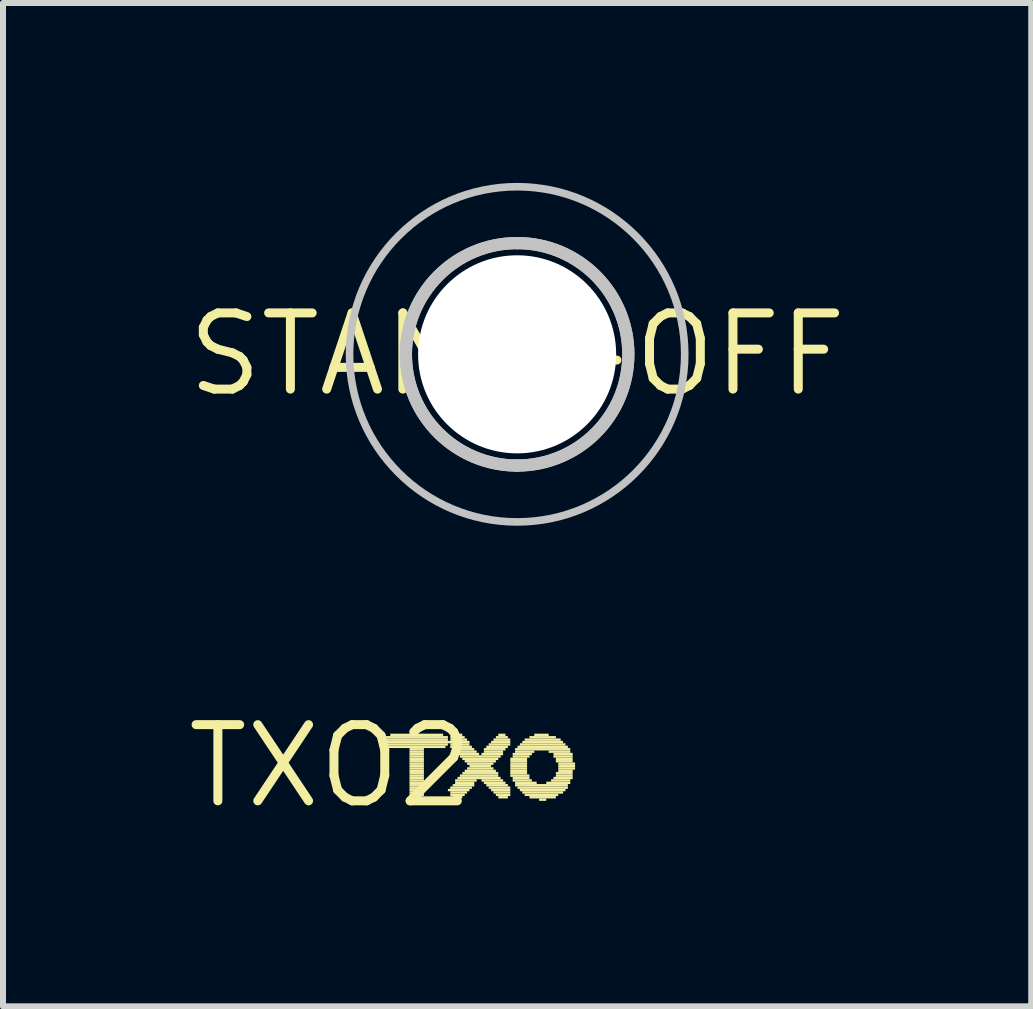
<source format=kicad_pcb>
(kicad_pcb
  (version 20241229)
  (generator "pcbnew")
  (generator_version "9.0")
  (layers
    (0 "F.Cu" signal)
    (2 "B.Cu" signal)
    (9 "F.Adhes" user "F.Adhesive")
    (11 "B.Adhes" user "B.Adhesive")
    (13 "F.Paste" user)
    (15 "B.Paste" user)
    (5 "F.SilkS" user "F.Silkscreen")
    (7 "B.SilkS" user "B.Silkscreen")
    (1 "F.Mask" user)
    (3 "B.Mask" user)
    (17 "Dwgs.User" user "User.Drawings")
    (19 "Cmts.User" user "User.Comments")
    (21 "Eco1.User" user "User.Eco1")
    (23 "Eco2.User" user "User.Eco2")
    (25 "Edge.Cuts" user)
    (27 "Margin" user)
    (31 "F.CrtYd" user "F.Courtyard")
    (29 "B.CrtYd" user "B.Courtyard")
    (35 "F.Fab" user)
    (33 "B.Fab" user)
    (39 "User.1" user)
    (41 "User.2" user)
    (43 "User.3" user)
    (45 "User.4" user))
  (footprint "TXO2"
    (layer "F.Cu")
    (at 2.457 9.721)
    (property "Reference" "TXO2" (at 0 0 0) (layer "F.SilkS") (effects (font (size 1.27 1.27) (thickness 0.15))))
    (attr through_hole)
    (fp_poly (pts (xy 0.92 -0.46) (xy 1.96 -0.46) (xy 1.96 -0.5) (xy 0.92 -0.5)) (stroke (width 0) (type solid)) (fill yes) (layer "F.SilkS"))
    (fp_poly (pts (xy 0.92 -0.42) (xy 1.96 -0.42) (xy 1.96 -0.46) (xy 0.92 -0.46)) (stroke (width 0) (type solid)) (fill yes) (layer "F.SilkS"))
    (fp_poly (pts (xy 0.92 -0.38) (xy 2.32 -0.38) (xy 2.32 -0.42) (xy 0.92 -0.42)) (stroke (width 0) (type solid)) (fill yes) (layer "F.SilkS"))
    (fp_poly (pts (xy 0.92 -0.34) (xy 1.96 -0.34) (xy 1.96 -0.38) (xy 0.92 -0.38)) (stroke (width 0) (type solid)) (fill yes) (layer "F.SilkS"))
    (fp_poly (pts (xy 0.96 -0.3) (xy 1.92 -0.3) (xy 1.92 -0.34) (xy 0.96 -0.34)) (stroke (width 0) (type solid)) (fill yes) (layer "F.SilkS"))
    (fp_poly (pts (xy 1 -0.5) (xy 1.88 -0.5) (xy 1.88 -0.54) (xy 1 -0.54)) (stroke (width 0) (type solid)) (fill yes) (layer "F.SilkS"))
    (fp_poly (pts (xy 1.32 -0.26) (xy 1.56 -0.26) (xy 1.56 -0.3) (xy 1.32 -0.3)) (stroke (width 0) (type solid)) (fill yes) (layer "F.SilkS"))
    (fp_poly (pts (xy 1.32 -0.22) (xy 1.56 -0.22) (xy 1.56 -0.26) (xy 1.32 -0.26)) (stroke (width 0) (type solid)) (fill yes) (layer "F.SilkS"))
    (fp_poly (pts (xy 1.32 -0.18) (xy 1.56 -0.18) (xy 1.56 -0.22) (xy 1.32 -0.22)) (stroke (width 0) (type solid)) (fill yes) (layer "F.SilkS"))
    (fp_poly (pts (xy 1.32 -0.14) (xy 1.56 -0.14) (xy 1.56 -0.18) (xy 1.32 -0.18)) (stroke (width 0) (type solid)) (fill yes) (layer "F.SilkS"))
    (fp_poly (pts (xy 1.32 -0.1) (xy 1.56 -0.1) (xy 1.56 -0.14) (xy 1.32 -0.14)) (stroke (width 0) (type solid)) (fill yes) (layer "F.SilkS"))
    (fp_poly (pts (xy 1.32 -0.06) (xy 1.56 -0.06) (xy 1.56 -0.1) (xy 1.32 -0.1)) (stroke (width 0) (type solid)) (fill yes) (layer "F.SilkS"))
    (fp_poly (pts (xy 1.32 -0.02) (xy 1.56 -0.02) (xy 1.56 -0.06) (xy 1.32 -0.06)) (stroke (width 0) (type solid)) (fill yes) (layer "F.SilkS"))
    (fp_poly (pts (xy 1.32 0.02) (xy 1.56 0.02) (xy 1.56 -0.02) (xy 1.32 -0.02)) (stroke (width 0) (type solid)) (fill yes) (layer "F.SilkS"))
    (fp_poly (pts (xy 1.32 0.06) (xy 1.56 0.06) (xy 1.56 0.02) (xy 1.32 0.02)) (stroke (width 0) (type solid)) (fill yes) (layer "F.SilkS"))
    (fp_poly (pts (xy 1.32 0.1) (xy 1.56 0.1) (xy 1.56 0.06) (xy 1.32 0.06)) (stroke (width 0) (type solid)) (fill yes) (layer "F.SilkS"))
    (fp_poly (pts (xy 1.32 0.14) (xy 1.56 0.14) (xy 1.56 0.1) (xy 1.32 0.1)) (stroke (width 0) (type solid)) (fill yes) (layer "F.SilkS"))
    (fp_poly (pts (xy 1.32 0.18) (xy 1.56 0.18) (xy 1.56 0.14) (xy 1.32 0.14)) (stroke (width 0) (type solid)) (fill yes) (layer "F.SilkS"))
    (fp_poly (pts (xy 1.32 0.22) (xy 1.56 0.22) (xy 1.56 0.18) (xy 1.32 0.18)) (stroke (width 0) (type solid)) (fill yes) (layer "F.SilkS"))
    (fp_poly (pts (xy 1.32 0.26) (xy 1.56 0.26) (xy 1.56 0.22) (xy 1.32 0.22)) (stroke (width 0) (type solid)) (fill yes) (layer "F.SilkS"))
    (fp_poly (pts (xy 1.32 0.3) (xy 1.56 0.3) (xy 1.56 0.26) (xy 1.32 0.26)) (stroke (width 0) (type solid)) (fill yes) (layer "F.SilkS"))
    (fp_poly (pts (xy 1.32 0.34) (xy 1.56 0.34) (xy 1.56 0.3) (xy 1.32 0.3)) (stroke (width 0) (type solid)) (fill yes) (layer "F.SilkS"))
    (fp_poly (pts (xy 1.32 0.38) (xy 1.56 0.38) (xy 1.56 0.34) (xy 1.32 0.34)) (stroke (width 0) (type solid)) (fill yes) (layer "F.SilkS"))
    (fp_poly (pts (xy 1.32 0.42) (xy 1.56 0.42) (xy 1.56 0.38) (xy 1.32 0.38)) (stroke (width 0) (type solid)) (fill yes) (layer "F.SilkS"))
    (fp_poly (pts (xy 1.32 0.46) (xy 1.56 0.46) (xy 1.56 0.42) (xy 1.32 0.42)) (stroke (width 0) (type solid)) (fill yes) (layer "F.SilkS"))
    (fp_poly (pts (xy 1.32 0.5) (xy 1.56 0.5) (xy 1.56 0.46) (xy 1.32 0.46)) (stroke (width 0) (type solid)) (fill yes) (layer "F.SilkS"))
    (fp_poly (pts (xy 1.36 0.54) (xy 1.52 0.54) (xy 1.52 0.5) (xy 1.36 0.5)) (stroke (width 0) (type solid)) (fill yes) (layer "F.SilkS"))
    (fp_poly (pts (xy 1.96 0.42) (xy 2.32 0.42) (xy 2.32 0.38) (xy 1.96 0.38)) (stroke (width 0) (type solid)) (fill yes) (layer "F.SilkS"))
    (fp_poly (pts (xy 2 -0.46) (xy 2.24 -0.46) (xy 2.24 -0.5) (xy 2 -0.5)) (stroke (width 0) (type solid)) (fill yes) (layer "F.SilkS"))
    (fp_poly (pts (xy 2 -0.42) (xy 2.28 -0.42) (xy 2.28 -0.46) (xy 2 -0.46)) (stroke (width 0) (type solid)) (fill yes) (layer "F.SilkS"))
    (fp_poly (pts (xy 2 -0.34) (xy 2.32 -0.34) (xy 2.32 -0.38) (xy 2 -0.38)) (stroke (width 0) (type solid)) (fill yes) (layer "F.SilkS"))
    (fp_poly (pts (xy 2 -0.3) (xy 2.36 -0.3) (xy 2.36 -0.34) (xy 2 -0.34)) (stroke (width 0) (type solid)) (fill yes) (layer "F.SilkS"))
    (fp_poly (pts (xy 2 0.38) (xy 2.36 0.38) (xy 2.36 0.34) (xy 2 0.34)) (stroke (width 0) (type solid)) (fill yes) (layer "F.SilkS"))
    (fp_poly (pts (xy 2 0.46) (xy 2.28 0.46) (xy 2.28 0.42) (xy 2 0.42)) (stroke (width 0) (type solid)) (fill yes) (layer "F.SilkS"))
    (fp_poly (pts (xy 2 0.5) (xy 2.24 0.5) (xy 2.24 0.46) (xy 2 0.46)) (stroke (width 0) (type solid)) (fill yes) (layer "F.SilkS"))
    (fp_poly (pts (xy 2.04 -0.26) (xy 2.4 -0.26) (xy 2.4 -0.3) (xy 2.04 -0.3)) (stroke (width 0) (type solid)) (fill yes) (layer "F.SilkS"))
    (fp_poly (pts (xy 2.04 0.34) (xy 2.4 0.34) (xy 2.4 0.3) (xy 2.04 0.3)) (stroke (width 0) (type solid)) (fill yes) (layer "F.SilkS"))
    (fp_poly (pts (xy 2.04 0.54) (xy 2.2 0.54) (xy 2.2 0.5) (xy 2.04 0.5)) (stroke (width 0) (type solid)) (fill yes) (layer "F.SilkS"))
    (fp_poly (pts (xy 2.08 -0.5) (xy 2.2 -0.5) (xy 2.2 -0.54) (xy 2.08 -0.54)) (stroke (width 0) (type solid)) (fill yes) (layer "F.SilkS"))
    (fp_poly (pts (xy 2.08 -0.22) (xy 2.44 -0.22) (xy 2.44 -0.26) (xy 2.08 -0.26)) (stroke (width 0) (type solid)) (fill yes) (layer "F.SilkS"))
    (fp_poly (pts (xy 2.08 0.26) (xy 2.44 0.26) (xy 2.44 0.22) (xy 2.08 0.22)) (stroke (width 0) (type solid)) (fill yes) (layer "F.SilkS"))
    (fp_poly (pts (xy 2.08 0.3) (xy 2.4 0.3) (xy 2.4 0.26) (xy 2.08 0.26)) (stroke (width 0) (type solid)) (fill yes) (layer "F.SilkS"))
    (fp_poly (pts (xy 2.12 -0.18) (xy 2.48 -0.18) (xy 2.48 -0.22) (xy 2.12 -0.22)) (stroke (width 0) (type solid)) (fill yes) (layer "F.SilkS"))
    (fp_poly (pts (xy 2.12 0.22) (xy 2.84 0.22) (xy 2.84 0.18) (xy 2.12 0.18)) (stroke (width 0) (type solid)) (fill yes) (layer "F.SilkS"))
    (fp_poly (pts (xy 2.16 -0.14) (xy 2.84 -0.14) (xy 2.84 -0.18) (xy 2.16 -0.18)) (stroke (width 0) (type solid)) (fill yes) (layer "F.SilkS"))
    (fp_poly (pts (xy 2.16 0.18) (xy 2.8 0.18) (xy 2.8 0.14) (xy 2.16 0.14)) (stroke (width 0) (type solid)) (fill yes) (layer "F.SilkS"))
    (fp_poly (pts (xy 2.2 -0.1) (xy 2.8 -0.1) (xy 2.8 -0.14) (xy 2.2 -0.14)) (stroke (width 0) (type solid)) (fill yes) (layer "F.SilkS"))
    (fp_poly (pts (xy 2.2 0.14) (xy 2.8 0.14) (xy 2.8 0.1) (xy 2.2 0.1)) (stroke (width 0) (type solid)) (fill yes) (layer "F.SilkS"))
    (fp_poly (pts (xy 2.24 -0.06) (xy 2.76 -0.06) (xy 2.76 -0.1) (xy 2.24 -0.1)) (stroke (width 0) (type solid)) (fill yes) (layer "F.SilkS"))
    (fp_poly (pts (xy 2.24 0.1) (xy 2.76 0.1) (xy 2.76 0.06) (xy 2.24 0.06)) (stroke (width 0) (type solid)) (fill yes) (layer "F.SilkS"))
    (fp_poly (pts (xy 2.28 -0.02) (xy 2.72 -0.02) (xy 2.72 -0.06) (xy 2.28 -0.06)) (stroke (width 0) (type solid)) (fill yes) (layer "F.SilkS"))
    (fp_poly (pts (xy 2.28 0.06) (xy 2.72 0.06) (xy 2.72 0.02) (xy 2.28 0.02)) (stroke (width 0) (type solid)) (fill yes) (layer "F.SilkS"))
    (fp_poly (pts (xy 2.32 0.02) (xy 2.68 0.02) (xy 2.68 -0.02) (xy 2.32 -0.02)) (stroke (width 0) (type solid)) (fill yes) (layer "F.SilkS"))
    (fp_poly (pts (xy 2.52 -0.18) (xy 2.88 -0.18) (xy 2.88 -0.22) (xy 2.52 -0.22)) (stroke (width 0) (type solid)) (fill yes) (layer "F.SilkS"))
    (fp_poly (pts (xy 2.52 0.26) (xy 2.88 0.26) (xy 2.88 0.22) (xy 2.52 0.22)) (stroke (width 0) (type solid)) (fill yes) (layer "F.SilkS"))
    (fp_poly (pts (xy 2.56 -0.26) (xy 2.92 -0.26) (xy 2.92 -0.3) (xy 2.56 -0.3)) (stroke (width 0) (type solid)) (fill yes) (layer "F.SilkS"))
    (fp_poly (pts (xy 2.56 -0.22) (xy 2.88 -0.22) (xy 2.88 -0.26) (xy 2.56 -0.26)) (stroke (width 0) (type solid)) (fill yes) (layer "F.SilkS"))
    (fp_poly (pts (xy 2.56 0.3) (xy 2.92 0.3) (xy 2.92 0.26) (xy 2.56 0.26)) (stroke (width 0) (type solid)) (fill yes) (layer "F.SilkS"))
    (fp_poly (pts (xy 2.6 -0.3) (xy 2.96 -0.3) (xy 2.96 -0.34) (xy 2.6 -0.34)) (stroke (width 0) (type solid)) (fill yes) (layer "F.SilkS"))
    (fp_poly (pts (xy 2.6 0.34) (xy 2.96 0.34) (xy 2.96 0.3) (xy 2.6 0.3)) (stroke (width 0) (type solid)) (fill yes) (layer "F.SilkS"))
    (fp_poly (pts (xy 2.64 -0.34) (xy 3 -0.34) (xy 3 -0.38) (xy 2.64 -0.38)) (stroke (width 0) (type solid)) (fill yes) (layer "F.SilkS"))
    (fp_poly (pts (xy 2.64 0.38) (xy 3 0.38) (xy 3 0.34) (xy 2.64 0.34)) (stroke (width 0) (type solid)) (fill yes) (layer "F.SilkS"))
    (fp_poly (pts (xy 2.68 -0.38) (xy 3 -0.38) (xy 3 -0.42) (xy 2.68 -0.42)) (stroke (width 0) (type solid)) (fill yes) (layer "F.SilkS"))
    (fp_poly (pts (xy 2.68 0.42) (xy 3 0.42) (xy 3 0.38) (xy 2.68 0.38)) (stroke (width 0) (type solid)) (fill yes) (layer "F.SilkS"))
    (fp_poly (pts (xy 2.72 -0.42) (xy 3 -0.42) (xy 3 -0.46) (xy 2.72 -0.46)) (stroke (width 0) (type solid)) (fill yes) (layer "F.SilkS"))
    (fp_poly (pts (xy 2.72 0.46) (xy 3 0.46) (xy 3 0.42) (xy 2.72 0.42)) (stroke (width 0) (type solid)) (fill yes) (layer "F.SilkS"))
    (fp_poly (pts (xy 2.76 -0.46) (xy 2.96 -0.46) (xy 2.96 -0.5) (xy 2.76 -0.5)) (stroke (width 0) (type solid)) (fill yes) (layer "F.SilkS"))
    (fp_poly (pts (xy 2.76 0.5) (xy 3 0.5) (xy 3 0.46) (xy 2.76 0.46)) (stroke (width 0) (type solid)) (fill yes) (layer "F.SilkS"))
    (fp_poly (pts (xy 2.8 -0.5) (xy 2.92 -0.5) (xy 2.92 -0.54) (xy 2.8 -0.54)) (stroke (width 0) (type solid)) (fill yes) (layer "F.SilkS"))
    (fp_poly (pts (xy 2.8 0.54) (xy 2.96 0.54) (xy 2.96 0.5) (xy 2.8 0.5)) (stroke (width 0) (type solid)) (fill yes) (layer "F.SilkS"))
    (fp_poly (pts (xy 3 -0.1) (xy 3.28 -0.1) (xy 3.28 -0.14) (xy 3 -0.14)) (stroke (width 0) (type solid)) (fill yes) (layer "F.SilkS"))
    (fp_poly (pts (xy 3 -0.06) (xy 3.28 -0.06) (xy 3.28 -0.1) (xy 3 -0.1)) (stroke (width 0) (type solid)) (fill yes) (layer "F.SilkS"))
    (fp_poly (pts (xy 3 -0.02) (xy 3.28 -0.02) (xy 3.28 -0.06) (xy 3 -0.06)) (stroke (width 0) (type solid)) (fill yes) (layer "F.SilkS"))
    (fp_poly (pts (xy 3 0.02) (xy 3.28 0.02) (xy 3.28 -0.02) (xy 3 -0.02)) (stroke (width 0) (type solid)) (fill yes) (layer "F.SilkS"))
    (fp_poly (pts (xy 3 0.06) (xy 3.28 0.06) (xy 3.28 0.02) (xy 3 0.02)) (stroke (width 0) (type solid)) (fill yes) (layer "F.SilkS"))
    (fp_poly (pts (xy 3 0.1) (xy 3.28 0.1) (xy 3.28 0.06) (xy 3 0.06)) (stroke (width 0) (type solid)) (fill yes) (layer "F.SilkS"))
    (fp_poly (pts (xy 3 0.14) (xy 3.28 0.14) (xy 3.28 0.1) (xy 3 0.1)) (stroke (width 0) (type solid)) (fill yes) (layer "F.SilkS"))
    (fp_poly (pts (xy 3 0.18) (xy 3.32 0.18) (xy 3.32 0.14) (xy 3 0.14)) (stroke (width 0) (type solid)) (fill yes) (layer "F.SilkS"))
    (fp_poly (pts (xy 3.04 -0.18) (xy 3.36 -0.18) (xy 3.36 -0.22) (xy 3.04 -0.22)) (stroke (width 0) (type solid)) (fill yes) (layer "F.SilkS"))
    (fp_poly (pts (xy 3.04 -0.14) (xy 3.32 -0.14) (xy 3.32 -0.18) (xy 3.04 -0.18)) (stroke (width 0) (type solid)) (fill yes) (layer "F.SilkS"))
    (fp_poly (pts (xy 3.04 0.22) (xy 3.32 0.22) (xy 3.32 0.18) (xy 3.04 0.18)) (stroke (width 0) (type solid)) (fill yes) (layer "F.SilkS"))
    (fp_poly (pts (xy 3.04 0.26) (xy 3.36 0.26) (xy 3.36 0.22) (xy 3.04 0.22)) (stroke (width 0) (type solid)) (fill yes) (layer "F.SilkS"))
    (fp_poly (pts (xy 3.08 -0.26) (xy 4 -0.26) (xy 4 -0.3) (xy 3.08 -0.3)) (stroke (width 0) (type solid)) (fill yes) (layer "F.SilkS"))
    (fp_poly (pts (xy 3.08 -0.22) (xy 3.4 -0.22) (xy 3.4 -0.26) (xy 3.08 -0.26)) (stroke (width 0) (type solid)) (fill yes) (layer "F.SilkS"))
    (fp_poly (pts (xy 3.08 0.3) (xy 3.44 0.3) (xy 3.44 0.26) (xy 3.08 0.26)) (stroke (width 0) (type solid)) (fill yes) (layer "F.SilkS"))
    (fp_poly (pts (xy 3.08 0.34) (xy 3.96 0.34) (xy 3.96 0.3) (xy 3.08 0.3)) (stroke (width 0) (type solid)) (fill yes) (layer "F.SilkS"))
    (fp_poly (pts (xy 3.12 -0.3) (xy 3.96 -0.3) (xy 3.96 -0.34) (xy 3.12 -0.34)) (stroke (width 0) (type solid)) (fill yes) (layer "F.SilkS"))
    (fp_poly (pts (xy 3.12 0.38) (xy 3.96 0.38) (xy 3.96 0.34) (xy 3.12 0.34)) (stroke (width 0) (type solid)) (fill yes) (layer "F.SilkS"))
    (fp_poly (pts (xy 3.16 -0.34) (xy 3.92 -0.34) (xy 3.92 -0.38) (xy 3.16 -0.38)) (stroke (width 0) (type solid)) (fill yes) (layer "F.SilkS"))
    (fp_poly (pts (xy 3.16 0.42) (xy 3.92 0.42) (xy 3.92 0.38) (xy 3.16 0.38)) (stroke (width 0) (type solid)) (fill yes) (layer "F.SilkS"))
    (fp_poly (pts (xy 3.2 -0.38) (xy 3.88 -0.38) (xy 3.88 -0.42) (xy 3.2 -0.42)) (stroke (width 0) (type solid)) (fill yes) (layer "F.SilkS"))
    (fp_poly (pts (xy 3.2 0.46) (xy 3.88 0.46) (xy 3.88 0.42) (xy 3.2 0.42)) (stroke (width 0) (type solid)) (fill yes) (layer "F.SilkS"))
    (fp_poly (pts (xy 3.24 -0.42) (xy 3.84 -0.42) (xy 3.84 -0.46) (xy 3.24 -0.46)) (stroke (width 0) (type solid)) (fill yes) (layer "F.SilkS"))
    (fp_poly (pts (xy 3.24 0.5) (xy 3.8 0.5) (xy 3.8 0.46) (xy 3.24 0.46)) (stroke (width 0) (type solid)) (fill yes) (layer "F.SilkS"))
    (fp_poly (pts (xy 3.32 -0.46) (xy 3.76 -0.46) (xy 3.76 -0.5) (xy 3.32 -0.5)) (stroke (width 0) (type solid)) (fill yes) (layer "F.SilkS"))
    (fp_poly (pts (xy 3.32 0.54) (xy 3.76 0.54) (xy 3.76 0.5) (xy 3.32 0.5)) (stroke (width 0) (type solid)) (fill yes) (layer "F.SilkS"))
    (fp_poly (pts (xy 3.4 -0.5) (xy 3.64 -0.5) (xy 3.64 -0.54) (xy 3.4 -0.54)) (stroke (width 0) (type solid)) (fill yes) (layer "F.SilkS"))
    (fp_poly (pts (xy 3.48 0.58) (xy 3.6 0.58) (xy 3.6 0.54) (xy 3.48 0.54)) (stroke (width 0) (type solid)) (fill yes) (layer "F.SilkS"))
    (fp_poly (pts (xy 3.6 0.3) (xy 4 0.3) (xy 4 0.26) (xy 3.6 0.26)) (stroke (width 0) (type solid)) (fill yes) (layer "F.SilkS"))
    (fp_poly (pts (xy 3.64 -0.22) (xy 4 -0.22) (xy 4 -0.26) (xy 3.64 -0.26)) (stroke (width 0) (type solid)) (fill yes) (layer "F.SilkS"))
    (fp_poly (pts (xy 3.68 0.26) (xy 4 0.26) (xy 4 0.22) (xy 3.68 0.22)) (stroke (width 0) (type solid)) (fill yes) (layer "F.SilkS"))
    (fp_poly (pts (xy 3.72 -0.18) (xy 4.04 -0.18) (xy 4.04 -0.22) (xy 3.72 -0.22)) (stroke (width 0) (type solid)) (fill yes) (layer "F.SilkS"))
    (fp_poly (pts (xy 3.72 -0.14) (xy 4.04 -0.14) (xy 4.04 -0.18) (xy 3.72 -0.18)) (stroke (width 0) (type solid)) (fill yes) (layer "F.SilkS"))
    (fp_poly (pts (xy 3.72 0.22) (xy 4.04 0.22) (xy 4.04 0.18) (xy 3.72 0.18)) (stroke (width 0) (type solid)) (fill yes) (layer "F.SilkS"))
    (fp_poly (pts (xy 3.76 -0.1) (xy 4.04 -0.1) (xy 4.04 -0.14) (xy 3.76 -0.14)) (stroke (width 0) (type solid)) (fill yes) (layer "F.SilkS"))
    (fp_poly (pts (xy 3.76 -0.06) (xy 4.04 -0.06) (xy 4.04 -0.1) (xy 3.76 -0.1)) (stroke (width 0) (type solid)) (fill yes) (layer "F.SilkS"))
    (fp_poly (pts (xy 3.76 0.14) (xy 4.04 0.14) (xy 4.04 0.1) (xy 3.76 0.1)) (stroke (width 0) (type solid)) (fill yes) (layer "F.SilkS"))
    (fp_poly (pts (xy 3.76 0.18) (xy 4.04 0.18) (xy 4.04 0.14) (xy 3.76 0.14)) (stroke (width 0) (type solid)) (fill yes) (layer "F.SilkS"))
    (fp_poly (pts (xy 3.8 -0.02) (xy 4.08 -0.02) (xy 4.08 -0.06) (xy 3.8 -0.06)) (stroke (width 0) (type solid)) (fill yes) (layer "F.SilkS"))
    (fp_poly (pts (xy 3.8 0.02) (xy 4.08 0.02) (xy 4.08 -0.02) (xy 3.8 -0.02)) (stroke (width 0) (type solid)) (fill yes) (layer "F.SilkS"))
    (fp_poly (pts (xy 3.8 0.06) (xy 4.08 0.06) (xy 4.08 0.02) (xy 3.8 0.02)) (stroke (width 0) (type solid)) (fill yes) (layer "F.SilkS"))
    (fp_poly (pts (xy 3.8 0.1) (xy 4.04 0.1) (xy 4.04 0.06) (xy 3.8 0.06)) (stroke (width 0) (type solid)) (fill yes) (layer "F.SilkS")))
  (footprint "STAND-OFF"
    (layer "F.Cu")
    (at 5.571 2.857)
    (property "Reference" "STAND-OFF" (at 0 0 0) (layer "F.SilkS") (effects (font (size 1.27 1.27) (thickness 0.15))))
    (attr through_hole)
    (fp_arc (start 0 -1.8542) (mid 1.8542 0) (end 0 1.8542) (stroke (width 0.2032) (type solid)) (layer "Dwgs.User"))
    (fp_arc (start 0 -1.8542) (mid 1.8542 0) (end 0 1.8542) (stroke (width 0.2032) (type solid)) (layer "Dwgs.User"))
    (fp_arc (start 0 1.8542) (mid -1.8542 0) (end 0 -1.8542) (stroke (width 0.2032) (type solid)) (layer "Dwgs.User"))
    (fp_arc (start 0 1.8542) (mid -1.8542 0) (end 0 -1.8542) (stroke (width 0.2032) (type solid)) (layer "Dwgs.User"))
    (fp_circle (center 0 0) (end 2.794 0) (stroke (width 0.127) (type solid)) (fill no) (layer "Dwgs.User"))
    (pad "" np_thru_hole circle (at 0 0) (size 3.302 3.302) (drill 3.302) (layers "*.Cu" "*.Mask")))
  (gr_rect
    (start -3 -3)
    (end 14.142 13.727)
    (stroke (width 0.1) (type default))
    (fill no)
    (layer "Edge.Cuts")))
</source>
